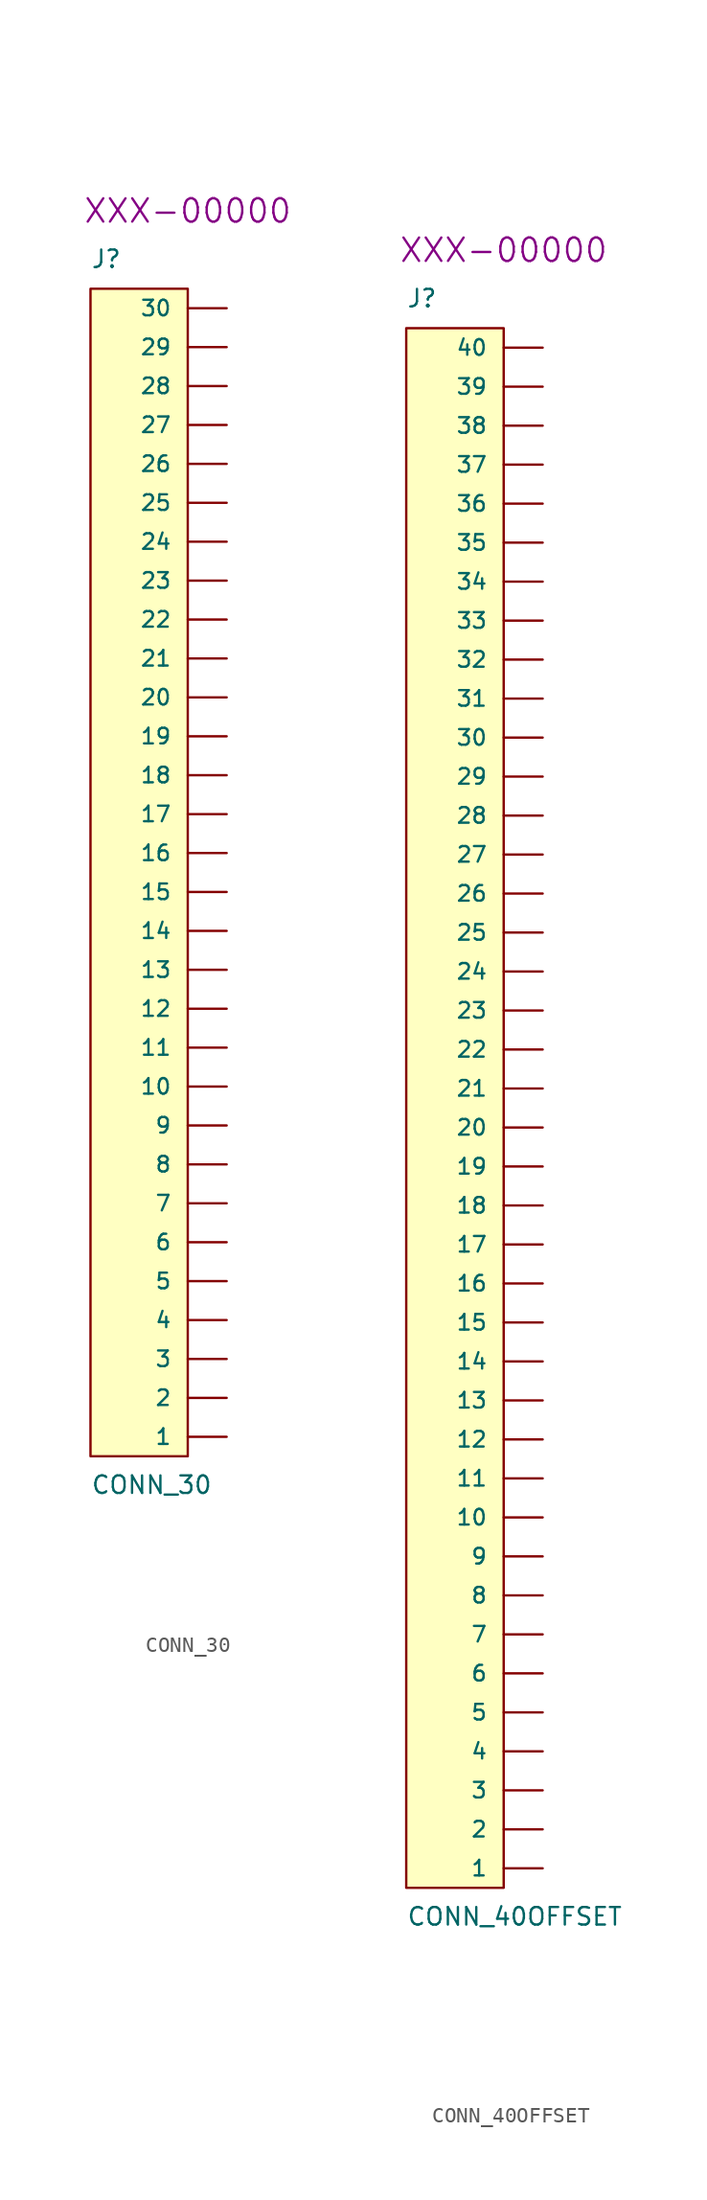
<source format=kicad_sym>
(kicad_symbol_lib
  (version 20220914)
  (generator kicad_symbol_editor)
  (symbol "CONN_30"
    (pin_numbers hide)
    (pin_names
      (offset 1.016))
    (property "Reference" "J"
      (at -6.35 76.2 0)
      (effects (font (size 1.143 1.143)) (justify left bottom)))
    (property "Value" "CONN_30"
      (at -6.35 -3.81 0)
      (effects (font (size 1.143 1.143)) (justify left bottom)))
    (property "Field4" "XXX-00000"
      (at 0 80.01 0)
      (effects (font (size 1.524 1.524))))
    (property "ki_locked" ""
      (at 0 0 0)
      (effects (font (size 1.27 1.27))))
    (symbol "CONN_30_0_1"
      (rectangle (start 0 -1.27) (end -6.35 74.93) (stroke (width 0) (type solid)) (fill (type background))))
    (symbol "CONN_30_1_1"
      (pin passive line (at 2.54 0 180) (length 2.54) (name "1" (effects (font (size 1.016 1.016)))) (number "1" (effects (font (size 1.016 1.016)))))
      (pin passive line (at 2.54 22.86 180) (length 2.54) (name "10" (effects (font (size 1.016 1.016)))) (number "10" (effects (font (size 1.016 1.016)))))
      (pin passive line (at 2.54 25.4 180) (length 2.54) (name "11" (effects (font (size 1.016 1.016)))) (number "11" (effects (font (size 1.016 1.016)))))
      (pin passive line (at 2.54 27.94 180) (length 2.54) (name "12" (effects (font (size 1.016 1.016)))) (number "12" (effects (font (size 1.016 1.016)))))
      (pin passive line (at 2.54 30.48 180) (length 2.54) (name "13" (effects (font (size 1.016 1.016)))) (number "13" (effects (font (size 1.016 1.016)))))
      (pin passive line (at 2.54 33.02 180) (length 2.54) (name "14" (effects (font (size 1.016 1.016)))) (number "14" (effects (font (size 1.016 1.016)))))
      (pin passive line (at 2.54 35.56 180) (length 2.54) (name "15" (effects (font (size 1.016 1.016)))) (number "15" (effects (font (size 1.016 1.016)))))
      (pin passive line (at 2.54 38.1 180) (length 2.54) (name "16" (effects (font (size 1.016 1.016)))) (number "16" (effects (font (size 1.016 1.016)))))
      (pin passive line (at 2.54 40.64 180) (length 2.54) (name "17" (effects (font (size 1.016 1.016)))) (number "17" (effects (font (size 1.016 1.016)))))
      (pin passive line (at 2.54 43.18 180) (length 2.54) (name "18" (effects (font (size 1.016 1.016)))) (number "18" (effects (font (size 1.016 1.016)))))
      (pin passive line (at 2.54 45.72 180) (length 2.54) (name "19" (effects (font (size 1.016 1.016)))) (number "19" (effects (font (size 1.016 1.016)))))
      (pin passive line (at 2.54 2.54 180) (length 2.54) (name "2" (effects (font (size 1.016 1.016)))) (number "2" (effects (font (size 1.016 1.016)))))
      (pin passive line (at 2.54 48.26 180) (length 2.54) (name "20" (effects (font (size 1.016 1.016)))) (number "20" (effects (font (size 1.016 1.016)))))
      (pin passive line (at 2.54 50.8 180) (length 2.54) (name "21" (effects (font (size 1.016 1.016)))) (number "21" (effects (font (size 1.016 1.016)))))
      (pin passive line (at 2.54 53.34 180) (length 2.54) (name "22" (effects (font (size 1.016 1.016)))) (number "22" (effects (font (size 1.016 1.016)))))
      (pin passive line (at 2.54 55.88 180) (length 2.54) (name "23" (effects (font (size 1.016 1.016)))) (number "23" (effects (font (size 1.016 1.016)))))
      (pin passive line (at 2.54 58.42 180) (length 2.54) (name "24" (effects (font (size 1.016 1.016)))) (number "24" (effects (font (size 1.016 1.016)))))
      (pin passive line (at 2.54 60.96 180) (length 2.54) (name "25" (effects (font (size 1.016 1.016)))) (number "25" (effects (font (size 1.016 1.016)))))
      (pin passive line (at 2.54 63.5 180) (length 2.54) (name "26" (effects (font (size 1.016 1.016)))) (number "26" (effects (font (size 1.016 1.016)))))
      (pin passive line (at 2.54 66.04 180) (length 2.54) (name "27" (effects (font (size 1.016 1.016)))) (number "27" (effects (font (size 1.016 1.016)))))
      (pin passive line (at 2.54 68.58 180) (length 2.54) (name "28" (effects (font (size 1.016 1.016)))) (number "28" (effects (font (size 1.016 1.016)))))
      (pin passive line (at 2.54 71.12 180) (length 2.54) (name "29" (effects (font (size 1.016 1.016)))) (number "29" (effects (font (size 1.016 1.016)))))
      (pin passive line (at 2.54 5.08 180) (length 2.54) (name "3" (effects (font (size 1.016 1.016)))) (number "3" (effects (font (size 1.016 1.016)))))
      (pin passive line (at 2.54 73.66 180) (length 2.54) (name "30" (effects (font (size 1.016 1.016)))) (number "30" (effects (font (size 1.016 1.016)))))
      (pin passive line (at 2.54 7.62 180) (length 2.54) (name "4" (effects (font (size 1.016 1.016)))) (number "4" (effects (font (size 1.016 1.016)))))
      (pin passive line (at 2.54 10.16 180) (length 2.54) (name "5" (effects (font (size 1.016 1.016)))) (number "5" (effects (font (size 1.016 1.016)))))
      (pin passive line (at 2.54 12.7 180) (length 2.54) (name "6" (effects (font (size 1.016 1.016)))) (number "6" (effects (font (size 1.016 1.016)))))
      (pin passive line (at 2.54 15.24 180) (length 2.54) (name "7" (effects (font (size 1.016 1.016)))) (number "7" (effects (font (size 1.016 1.016)))))
      (pin passive line (at 2.54 17.78 180) (length 2.54) (name "8" (effects (font (size 1.016 1.016)))) (number "8" (effects (font (size 1.016 1.016)))))
      (pin passive line (at 2.54 20.32 180) (length 2.54) (name "9" (effects (font (size 1.016 1.016)))) (number "9" (effects (font (size 1.016 1.016)))))))
  (symbol "CONN_40OFFSET"
    (pin_numbers hide)
    (pin_names
      (offset 1.016))
    (property "Reference" "J"
      (at -6.35 101.6 0)
      (effects (font (size 1.143 1.143)) (justify left bottom)))
    (property "Value" "CONN_40OFFSET"
      (at -6.35 -3.81 0)
      (effects (font (size 1.143 1.143)) (justify left bottom)))
    (property "Field4" "XXX-00000"
      (at 0 105.41 0)
      (effects (font (size 1.524 1.524))))
    (property "ki_locked" ""
      (at 0 0 0)
      (effects (font (size 1.27 1.27))))
    (symbol "CONN_40OFFSET_0_1"
      (rectangle (start 0 -1.27) (end -6.35 100.33) (stroke (width 0) (type solid)) (fill (type background))))
    (symbol "CONN_40OFFSET_1_1"
      (pin passive line (at 2.54 0 180) (length 2.54) (name "1" (effects (font (size 1.016 1.016)))) (number "1" (effects (font (size 1.016 1.016)))))
      (pin passive line (at 2.54 22.86 180) (length 2.54) (name "10" (effects (font (size 1.016 1.016)))) (number "10" (effects (font (size 1.016 1.016)))))
      (pin passive line (at 2.54 25.4 180) (length 2.54) (name "11" (effects (font (size 1.016 1.016)))) (number "11" (effects (font (size 1.016 1.016)))))
      (pin passive line (at 2.54 27.94 180) (length 2.54) (name "12" (effects (font (size 1.016 1.016)))) (number "12" (effects (font (size 1.016 1.016)))))
      (pin passive line (at 2.54 30.48 180) (length 2.54) (name "13" (effects (font (size 1.016 1.016)))) (number "13" (effects (font (size 1.016 1.016)))))
      (pin passive line (at 2.54 33.02 180) (length 2.54) (name "14" (effects (font (size 1.016 1.016)))) (number "14" (effects (font (size 1.016 1.016)))))
      (pin passive line (at 2.54 35.56 180) (length 2.54) (name "15" (effects (font (size 1.016 1.016)))) (number "15" (effects (font (size 1.016 1.016)))))
      (pin passive line (at 2.54 38.1 180) (length 2.54) (name "16" (effects (font (size 1.016 1.016)))) (number "16" (effects (font (size 1.016 1.016)))))
      (pin passive line (at 2.54 40.64 180) (length 2.54) (name "17" (effects (font (size 1.016 1.016)))) (number "17" (effects (font (size 1.016 1.016)))))
      (pin passive line (at 2.54 43.18 180) (length 2.54) (name "18" (effects (font (size 1.016 1.016)))) (number "18" (effects (font (size 1.016 1.016)))))
      (pin passive line (at 2.54 45.72 180) (length 2.54) (name "19" (effects (font (size 1.016 1.016)))) (number "19" (effects (font (size 1.016 1.016)))))
      (pin passive line (at 2.54 2.54 180) (length 2.54) (name "2" (effects (font (size 1.016 1.016)))) (number "2" (effects (font (size 1.016 1.016)))))
      (pin passive line (at 2.54 48.26 180) (length 2.54) (name "20" (effects (font (size 1.016 1.016)))) (number "20" (effects (font (size 1.016 1.016)))))
      (pin passive line (at 2.54 50.8 180) (length 2.54) (name "21" (effects (font (size 1.016 1.016)))) (number "21" (effects (font (size 1.016 1.016)))))
      (pin passive line (at 2.54 53.34 180) (length 2.54) (name "22" (effects (font (size 1.016 1.016)))) (number "22" (effects (font (size 1.016 1.016)))))
      (pin passive line (at 2.54 55.88 180) (length 2.54) (name "23" (effects (font (size 1.016 1.016)))) (number "23" (effects (font (size 1.016 1.016)))))
      (pin passive line (at 2.54 58.42 180) (length 2.54) (name "24" (effects (font (size 1.016 1.016)))) (number "24" (effects (font (size 1.016 1.016)))))
      (pin passive line (at 2.54 60.96 180) (length 2.54) (name "25" (effects (font (size 1.016 1.016)))) (number "25" (effects (font (size 1.016 1.016)))))
      (pin passive line (at 2.54 63.5 180) (length 2.54) (name "26" (effects (font (size 1.016 1.016)))) (number "26" (effects (font (size 1.016 1.016)))))
      (pin passive line (at 2.54 66.04 180) (length 2.54) (name "27" (effects (font (size 1.016 1.016)))) (number "27" (effects (font (size 1.016 1.016)))))
      (pin passive line (at 2.54 68.58 180) (length 2.54) (name "28" (effects (font (size 1.016 1.016)))) (number "28" (effects (font (size 1.016 1.016)))))
      (pin passive line (at 2.54 71.12 180) (length 2.54) (name "29" (effects (font (size 1.016 1.016)))) (number "29" (effects (font (size 1.016 1.016)))))
      (pin passive line (at 2.54 5.08 180) (length 2.54) (name "3" (effects (font (size 1.016 1.016)))) (number "3" (effects (font (size 1.016 1.016)))))
      (pin passive line (at 2.54 73.66 180) (length 2.54) (name "30" (effects (font (size 1.016 1.016)))) (number "30" (effects (font (size 1.016 1.016)))))
      (pin passive line (at 2.54 76.2 180) (length 2.54) (name "31" (effects (font (size 1.016 1.016)))) (number "31" (effects (font (size 1.016 1.016)))))
      (pin passive line (at 2.54 78.74 180) (length 2.54) (name "32" (effects (font (size 1.016 1.016)))) (number "32" (effects (font (size 1.016 1.016)))))
      (pin passive line (at 2.54 81.28 180) (length 2.54) (name "33" (effects (font (size 1.016 1.016)))) (number "33" (effects (font (size 1.016 1.016)))))
      (pin passive line (at 2.54 83.82 180) (length 2.54) (name "34" (effects (font (size 1.016 1.016)))) (number "34" (effects (font (size 1.016 1.016)))))
      (pin passive line (at 2.54 86.36 180) (length 2.54) (name "35" (effects (font (size 1.016 1.016)))) (number "35" (effects (font (size 1.016 1.016)))))
      (pin passive line (at 2.54 88.9 180) (length 2.54) (name "36" (effects (font (size 1.016 1.016)))) (number "36" (effects (font (size 1.016 1.016)))))
      (pin passive line (at 2.54 91.44 180) (length 2.54) (name "37" (effects (font (size 1.016 1.016)))) (number "37" (effects (font (size 1.016 1.016)))))
      (pin passive line (at 2.54 93.98 180) (length 2.54) (name "38" (effects (font (size 1.016 1.016)))) (number "38" (effects (font (size 1.016 1.016)))))
      (pin passive line (at 2.54 96.52 180) (length 2.54) (name "39" (effects (font (size 1.016 1.016)))) (number "39" (effects (font (size 1.016 1.016)))))
      (pin passive line (at 2.54 7.62 180) (length 2.54) (name "4" (effects (font (size 1.016 1.016)))) (number "4" (effects (font (size 1.016 1.016)))))
      (pin passive line (at 2.54 99.06 180) (length 2.54) (name "40" (effects (font (size 1.016 1.016)))) (number "40" (effects (font (size 1.016 1.016)))))
      (pin passive line (at 2.54 10.16 180) (length 2.54) (name "5" (effects (font (size 1.016 1.016)))) (number "5" (effects (font (size 1.016 1.016)))))
      (pin passive line (at 2.54 12.7 180) (length 2.54) (name "6" (effects (font (size 1.016 1.016)))) (number "6" (effects (font (size 1.016 1.016)))))
      (pin passive line (at 2.54 15.24 180) (length 2.54) (name "7" (effects (font (size 1.016 1.016)))) (number "7" (effects (font (size 1.016 1.016)))))
      (pin passive line (at 2.54 17.78 180) (length 2.54) (name "8" (effects (font (size 1.016 1.016)))) (number "8" (effects (font (size 1.016 1.016)))))
      (pin passive line (at 2.54 20.32 180) (length 2.54) (name "9" (effects (font (size 1.016 1.016)))) (number "9" (effects (font (size 1.016 1.016))))))))
</source>
